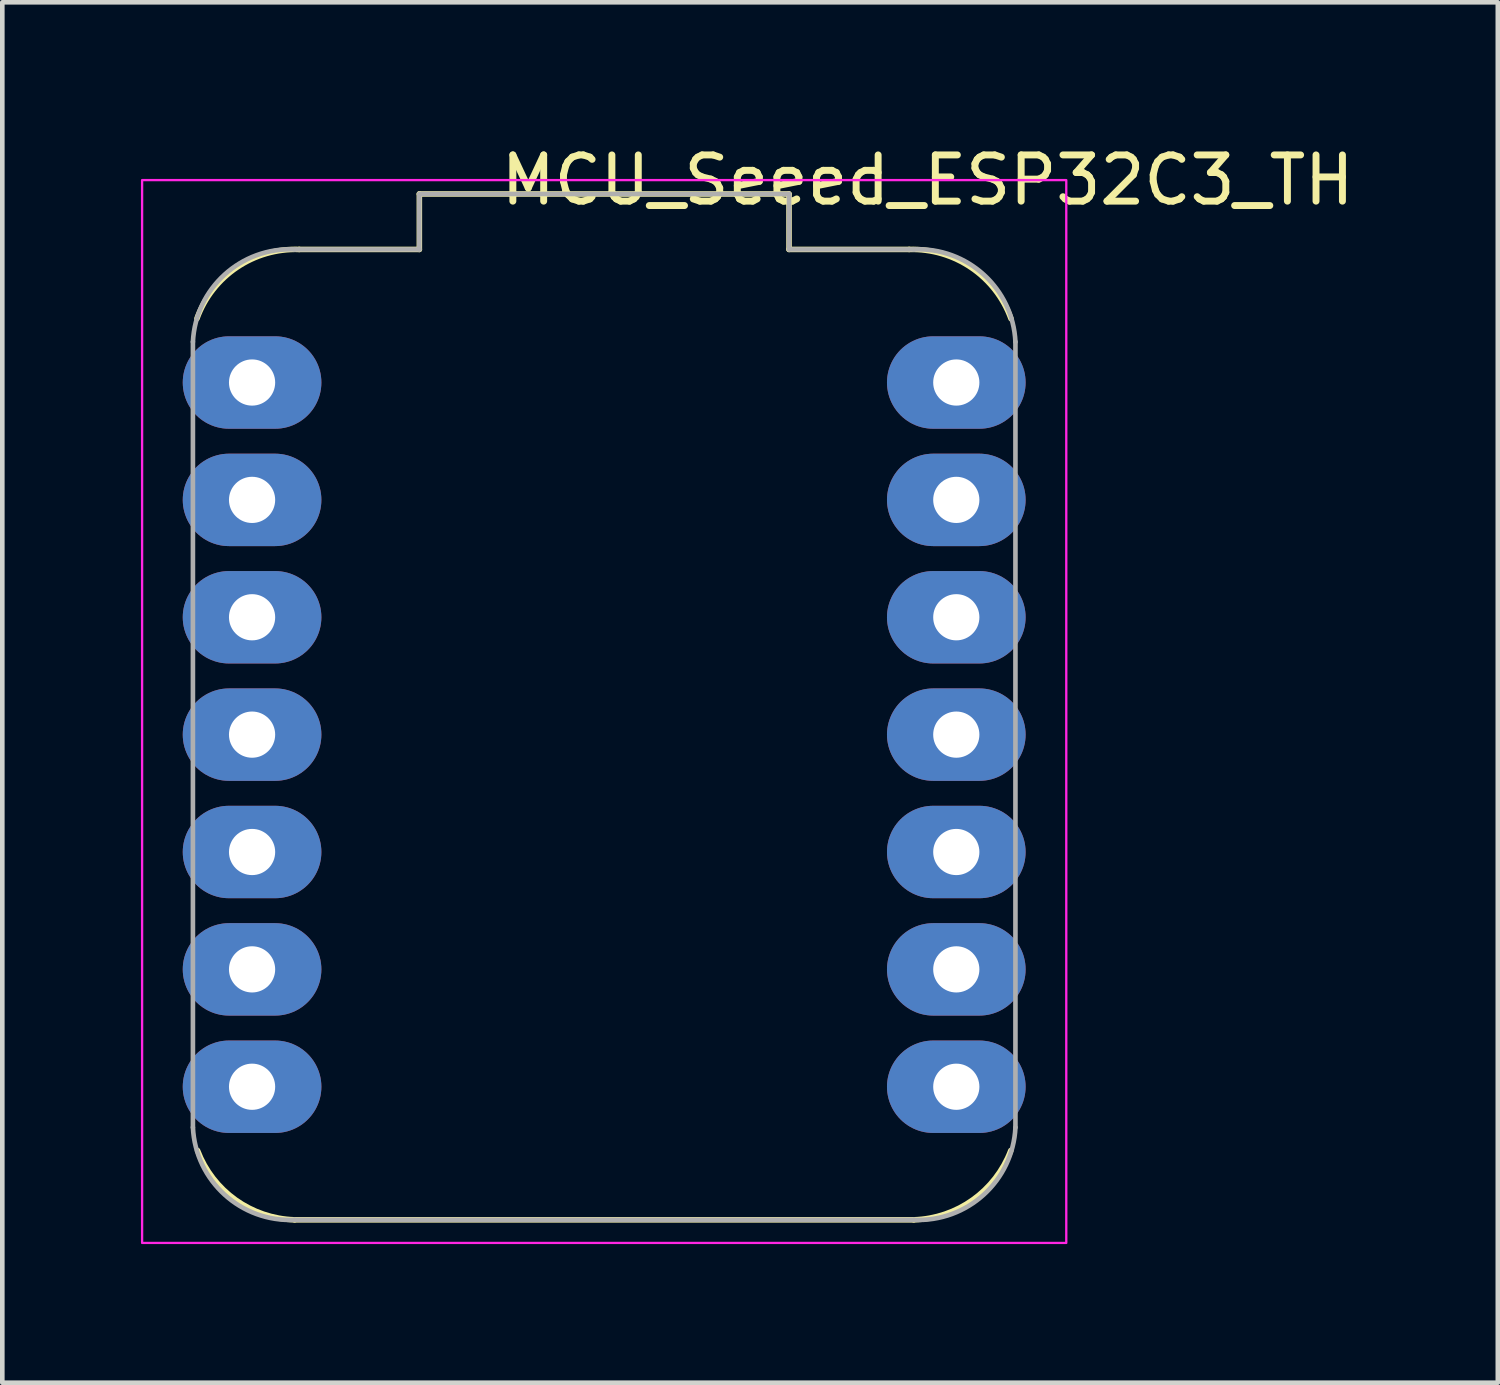
<source format=kicad_pcb>
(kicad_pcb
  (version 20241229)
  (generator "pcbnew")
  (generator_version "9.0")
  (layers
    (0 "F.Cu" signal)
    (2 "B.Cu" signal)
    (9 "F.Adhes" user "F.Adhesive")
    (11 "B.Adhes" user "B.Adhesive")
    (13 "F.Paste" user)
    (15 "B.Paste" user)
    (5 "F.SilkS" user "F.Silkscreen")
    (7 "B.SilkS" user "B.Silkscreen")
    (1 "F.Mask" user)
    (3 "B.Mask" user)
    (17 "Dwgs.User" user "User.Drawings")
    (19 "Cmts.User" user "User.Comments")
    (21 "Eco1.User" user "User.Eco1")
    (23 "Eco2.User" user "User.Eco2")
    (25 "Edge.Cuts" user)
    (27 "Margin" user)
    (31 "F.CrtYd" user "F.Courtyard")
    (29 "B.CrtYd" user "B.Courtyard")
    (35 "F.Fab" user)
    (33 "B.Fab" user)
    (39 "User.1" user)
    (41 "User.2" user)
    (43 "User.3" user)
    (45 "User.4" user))
  (footprint "MCU_Seeed_ESP32C3_TH"
    (layer "F.Cu")
    (at 10.025 12.848)
    (property "Reference" "MCU_Seeed_ESP32C3_TH" (at 7 -12 0) (unlocked yes) (layer "F.SilkS") (effects (font (size 1 1) (thickness 0.15))))
    (attr through_hole)
    (fp_line (start -6.7 10.5) (end 6.7 10.5) (stroke (width 0.12) (type default)) (layer "F.SilkS"))
    (fp_line (start -4 -11.7) (end 4 -11.7) (stroke (width 0.12) (type default)) (layer "F.SilkS"))
    (fp_line (start -4 -10.5) (end -6.6 -10.5) (stroke (width 0.12) (type default)) (layer "F.SilkS"))
    (fp_line (start -4 -10.5) (end -4 -11.7) (stroke (width 0.12) (type default)) (layer "F.SilkS"))
    (fp_line (start 4 -11.7) (end 4 -10.5) (stroke (width 0.12) (type default)) (layer "F.SilkS"))
    (fp_line (start 6.6 -10.5) (end 4 -10.5) (stroke (width 0.12) (type default)) (layer "F.SilkS"))
    (fp_arc (start -8.812892 -9.00468) (mid -7.949609 -10.111769) (end -6.600468 -10.499999) (stroke (width 0.12) (type default)) (layer "F.SilkS"))
    (fp_arc (start -6.7 10.5) (mid -7.977232 10.068125) (end -8.8 9) (stroke (width 0.12) (type default)) (layer "F.SilkS"))
    (fp_arc (start 6.6 -10.499999) (mid 7.944325 -10.107116) (end 8.804034 -9.001464) (stroke (width 0.12) (type default)) (layer "F.SilkS"))
    (fp_arc (start 8.8 9) (mid 7.977232 10.068125) (end 6.7 10.5) (stroke (width 0.12) (type default)) (layer "F.SilkS"))
    (fp_rect (start -10 -12) (end 10 11) (stroke (width 0.05) (type default)) (fill no) (layer "F.CrtYd"))
    (fp_line (start -8.9 8.5) (end -8.9 -8.5) (stroke (width 0.1) (type default)) (layer "F.Fab"))
    (fp_line (start -6.7 -10.5) (end -4 -10.5) (stroke (width 0.1) (type default)) (layer "F.Fab"))
    (fp_line (start -4 -11.7) (end 4 -11.7) (stroke (width 0.1) (type default)) (layer "F.Fab"))
    (fp_line (start -4 -10.5) (end -4 -11.7) (stroke (width 0.1) (type default)) (layer "F.Fab"))
    (fp_line (start 4 -11.7) (end 4 -10.5) (stroke (width 0.1) (type default)) (layer "F.Fab"))
    (fp_line (start 4 -10.5) (end 6.7 -10.5) (stroke (width 0.1) (type default)) (layer "F.Fab"))
    (fp_line (start 6.7 10.5) (end -6.7 10.5) (stroke (width 0.1) (type default)) (layer "F.Fab"))
    (fp_line (start 8.9 -8.5) (end 8.9 8.5) (stroke (width 0.1) (type default)) (layer "F.Fab"))
    (fp_arc (start -8.9 -8.5) (mid -8.214214 -9.955635) (end -6.7 -10.5) (stroke (width 0.1) (type default)) (layer "F.Fab"))
    (fp_arc (start -6.7 10.5) (mid -8.214214 9.955635) (end -8.9 8.5) (stroke (width 0.1) (type default)) (layer "F.Fab"))
    (fp_arc (start 6.7 -10.499999) (mid 8.214695 -9.954472) (end 8.9 -8.497676) (stroke (width 0.1) (type default)) (layer "F.Fab"))
    (fp_arc (start 8.9 8.5) (mid 8.214214 9.955635) (end 6.7 10.5) (stroke (width 0.1) (type default)) (layer "F.Fab"))
    (pad "1" thru_hole oval (at -7.62 -7.62) (size 3 2) (drill 1) (layers "*.Cu" "*.Mask"))
    (pad "2" thru_hole oval (at -7.62 -5.08) (size 3 2) (drill 1) (layers "*.Cu" "*.Mask"))
    (pad "3" thru_hole oval (at -7.62 -2.54) (size 3 2) (drill 1) (layers "*.Cu" "*.Mask"))
    (pad "4" thru_hole oval (at -7.62 0) (size 3 2) (drill 1) (layers "*.Cu" "*.Mask"))
    (pad "5" thru_hole oval (at -7.62 2.54) (size 3 2) (drill 1) (layers "*.Cu" "*.Mask"))
    (pad "6" thru_hole oval (at -7.62 5.08) (size 3 2) (drill 1) (layers "*.Cu" "*.Mask"))
    (pad "7" thru_hole oval (at -7.62 7.62) (size 3 2) (drill 1) (layers "*.Cu" "*.Mask"))
    (pad "8" thru_hole oval (at 7.62 7.62) (size 3 2) (drill 1) (layers "*.Cu" "*.Mask"))
    (pad "9" thru_hole oval (at 7.62 5.08) (size 3 2) (drill 1) (layers "*.Cu" "*.Mask"))
    (pad "10" thru_hole oval (at 7.62 2.54) (size 3 2) (drill 1) (layers "*.Cu" "*.Mask"))
    (pad "11" thru_hole oval (at 7.62 0) (size 3 2) (drill 1) (layers "*.Cu" "*.Mask"))
    (pad "12" thru_hole oval (at 7.62 -2.54) (size 3 2) (drill 1) (layers "*.Cu" "*.Mask"))
    (pad "13" thru_hole oval (at 7.62 -5.08) (size 3 2) (drill 1) (layers "*.Cu" "*.Mask"))
    (pad "14" thru_hole oval (at 7.62 -7.62) (size 3 2) (drill 1) (layers "*.Cu" "*.Mask")))
  (gr_rect
    (start -3 -3)
    (end 29.364 26.873)
    (stroke (width 0.1) (type default))
    (fill no)
    (layer "Edge.Cuts")))
</source>
